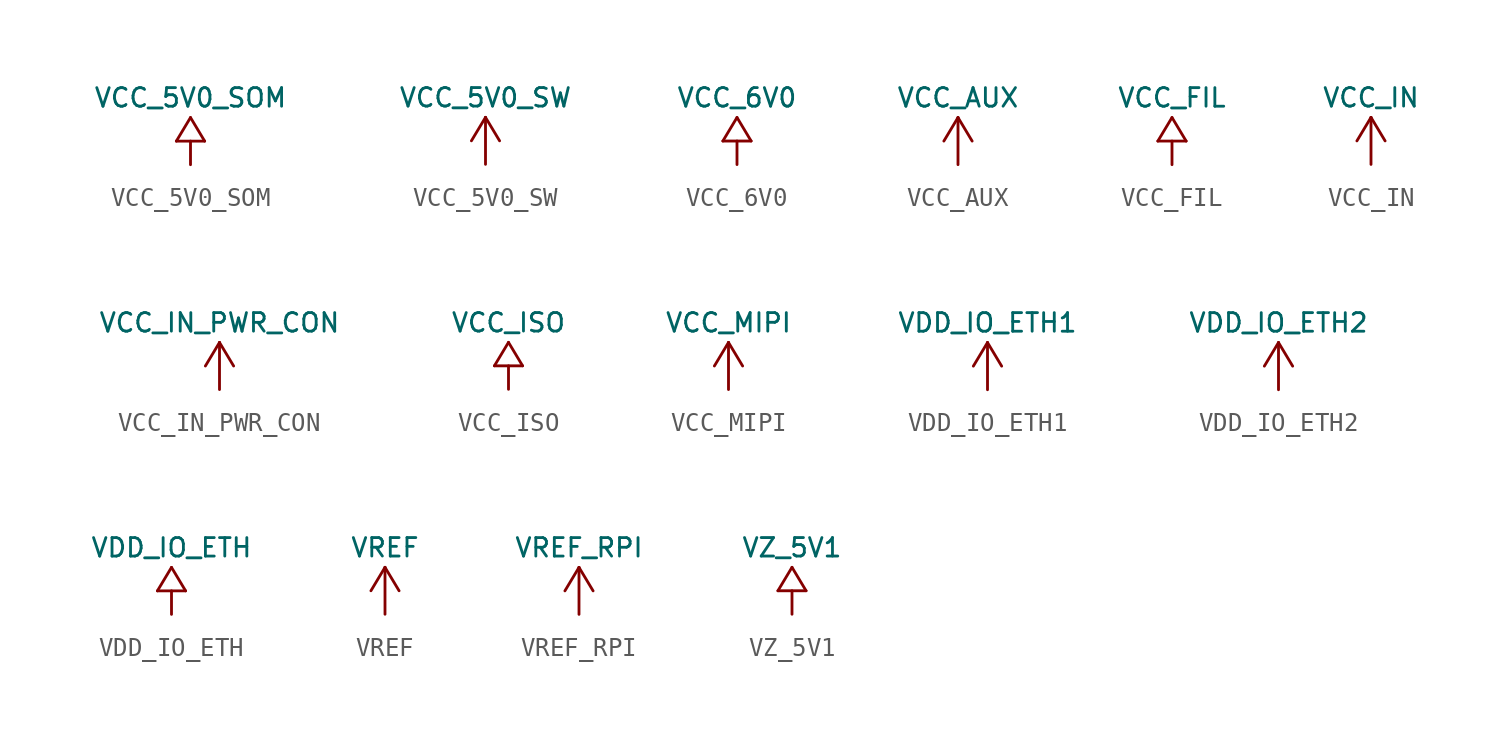
<source format=kicad_sym>
(kicad_symbol_lib
  (version 20241209)
  (generator "kicad_symbol_editor")
  (generator_version "9.0")
  (symbol "VCC_5V0_SOM"
    (power)
    (pin_names
      (offset 0))
    (property "Reference" "#PWR?"
      (at 0 -3.81 0)
      (effects (font (size 1.27 1.27)) (hide yes)))
    (property "Value" "VCC_5V0_SOM"
      (at 0 3.605 0)
      (effects (font (size 1 1))))
    (symbol "VCC_5V0_SOM_0_1"
      (polyline (pts (xy -0.762 1.27) (xy 0 2.54)) (stroke (width 0) (type default)) (fill (type none)))
      (polyline (pts (xy -0.762 1.27) (xy 0.762 1.27)) (stroke (width 0) (type default)) (fill (type none)))
      (polyline (pts (xy 0 2.54) (xy 0.762 1.27)) (stroke (width 0) (type default)) (fill (type none)))
      (polyline (pts (xy 0 0) (xy 0 1.27)) (stroke (width 0) (type default)) (fill (type none))))
    (symbol "VCC_5V0_SOM_1_1"
      (pin power_in line (at 0 0 90) (length 0) (hide yes) (name "VCC_5V0_SOM" (effects (font (size 1.27 1.27)))) (number "1" (effects (font (size 1.27 1.27)))))))
  (symbol "VCC_5V0_SW"
    (power)
    (pin_names
      (offset 0))
    (property "Reference" "#PWR?"
      (at 0 -3.81 0)
      (effects (font (size 1.27 1.27)) (hide yes)))
    (property "Value" "VCC_5V0_SW"
      (at 0 3.605 0)
      (effects (font (size 1 1))))
    (symbol "VCC_5V0_SW_0_1"
      (polyline (pts (xy -0.762 1.27) (xy 0 2.54)) (stroke (width 0) (type default)) (fill (type none)))
      (polyline (pts (xy 0 2.54) (xy 0.762 1.27)) (stroke (width 0) (type default)) (fill (type none)))
      (polyline (pts (xy 0 0) (xy 0 2.54)) (stroke (width 0) (type default)) (fill (type none))))
    (symbol "VCC_5V0_SW_1_1"
      (pin power_in line (at 0 0 90) (length 0) (hide yes) (name "VCC_5V0_SW" (effects (font (size 1.27 1.27)))) (number "1" (effects (font (size 1.27 1.27)))))))
  (symbol "VCC_6V0"
    (power)
    (pin_names
      (offset 0))
    (property "Reference" "#PWR?"
      (at 0 -3.81 0)
      (effects (font (size 1.27 1.27)) (hide yes)))
    (property "Value" "VCC_6V0"
      (at 0 3.605 0)
      (effects (font (size 1 1))))
    (symbol "VCC_6V0_0_1"
      (polyline (pts (xy -0.762 1.27) (xy 0 2.54)) (stroke (width 0) (type default)) (fill (type none)))
      (polyline (pts (xy -0.762 1.27) (xy 0.762 1.27)) (stroke (width 0) (type default)) (fill (type none)))
      (polyline (pts (xy 0 2.54) (xy 0.762 1.27)) (stroke (width 0) (type default)) (fill (type none)))
      (polyline (pts (xy 0 0) (xy 0 1.27)) (stroke (width 0) (type default)) (fill (type none))))
    (symbol "VCC_6V0_1_1"
      (pin power_in line (at 0 0 90) (length 0) (hide yes) (name "VCC_6V0" (effects (font (size 1.27 1.27)))) (number "1" (effects (font (size 1.27 1.27)))))))
  (symbol "VCC_AUX"
    (power)
    (pin_names
      (offset 0))
    (property "Reference" "#PWR?"
      (at 0 -3.81 0)
      (effects (font (size 1.27 1.27)) (hide yes)))
    (property "Value" "VCC_AUX"
      (at 0 3.605 0)
      (effects (font (size 1 1))))
    (symbol "VCC_AUX_0_1"
      (polyline (pts (xy -0.762 1.27) (xy 0 2.54)) (stroke (width 0) (type default)) (fill (type none)))
      (polyline (pts (xy 0 2.54) (xy 0.762 1.27)) (stroke (width 0) (type default)) (fill (type none)))
      (polyline (pts (xy 0 0) (xy 0 2.54)) (stroke (width 0) (type default)) (fill (type none))))
    (symbol "VCC_AUX_1_1"
      (pin power_in line (at 0 0 90) (length 0) (hide yes) (name "VCC_AUX" (effects (font (size 1.27 1.27)))) (number "1" (effects (font (size 1.27 1.27)))))))
  (symbol "VCC_FIL"
    (power)
    (pin_names
      (offset 0))
    (property "Reference" "#PWR?"
      (at 0 -3.81 0)
      (effects (font (size 1.27 1.27)) (hide yes)))
    (property "Value" "VCC_FIL"
      (at 0 3.605 0)
      (effects (font (size 1 1))))
    (symbol "VCC_FIL_0_1"
      (polyline (pts (xy -0.762 1.27) (xy 0 2.54)) (stroke (width 0) (type default)) (fill (type none)))
      (polyline (pts (xy -0.762 1.27) (xy 0.762 1.27)) (stroke (width 0) (type default)) (fill (type none)))
      (polyline (pts (xy 0 2.54) (xy 0.762 1.27)) (stroke (width 0) (type default)) (fill (type none)))
      (polyline (pts (xy 0 0) (xy 0 1.27)) (stroke (width 0) (type default)) (fill (type none))))
    (symbol "VCC_FIL_1_1"
      (pin power_in line (at 0 0 90) (length 0) (hide yes) (name "VCC_FIL" (effects (font (size 1.27 1.27)))) (number "1" (effects (font (size 1.27 1.27)))))))
  (symbol "VCC_IN"
    (power)
    (pin_names
      (offset 0))
    (property "Reference" "#PWR?"
      (at 0 -3.81 0)
      (effects (font (size 1.27 1.27)) (hide yes)))
    (property "Value" "VCC_IN"
      (at 0 3.605 0)
      (effects (font (size 1 1))))
    (symbol "VCC_IN_0_1"
      (polyline (pts (xy -0.762 1.27) (xy 0 2.54)) (stroke (width 0) (type default)) (fill (type none)))
      (polyline (pts (xy 0 2.54) (xy 0.762 1.27)) (stroke (width 0) (type default)) (fill (type none)))
      (polyline (pts (xy 0 0) (xy 0 2.54)) (stroke (width 0) (type default)) (fill (type none))))
    (symbol "VCC_IN_1_1"
      (pin power_in line (at 0 0 90) (length 0) (hide yes) (name "VCC_IN" (effects (font (size 1.27 1.27)))) (number "1" (effects (font (size 1.27 1.27)))))))
  (symbol "VCC_IN_PWR_CON"
    (power)
    (pin_names
      (offset 0))
    (property "Reference" "#PWR?"
      (at 0 -3.81 0)
      (effects (font (size 1.27 1.27)) (hide yes)))
    (property "Value" "VCC_IN_PWR_CON"
      (at 0 3.605 0)
      (effects (font (size 1 1))))
    (symbol "VCC_IN_PWR_CON_0_1"
      (polyline (pts (xy -0.762 1.27) (xy 0 2.54)) (stroke (width 0) (type default)) (fill (type none)))
      (polyline (pts (xy 0 2.54) (xy 0.762 1.27)) (stroke (width 0) (type default)) (fill (type none)))
      (polyline (pts (xy 0 0) (xy 0 2.54)) (stroke (width 0) (type default)) (fill (type none))))
    (symbol "VCC_IN_PWR_CON_1_1"
      (pin power_in line (at 0 0 90) (length 0) (hide yes) (name "VCC_IN_PWR_CON" (effects (font (size 1.27 1.27)))) (number "1" (effects (font (size 1.27 1.27)))))))
  (symbol "VCC_ISO"
    (power)
    (pin_names
      (offset 0))
    (property "Reference" "#PWR?"
      (at 0 -3.81 0)
      (effects (font (size 1.27 1.27)) (hide yes)))
    (property "Value" "VCC_ISO"
      (at 0 3.605 0)
      (effects (font (size 1 1))))
    (symbol "VCC_ISO_0_1"
      (polyline (pts (xy -0.762 1.27) (xy 0 2.54)) (stroke (width 0) (type default)) (fill (type none)))
      (polyline (pts (xy -0.762 1.27) (xy 0.762 1.27)) (stroke (width 0) (type default)) (fill (type none)))
      (polyline (pts (xy 0 2.54) (xy 0.762 1.27)) (stroke (width 0) (type default)) (fill (type none)))
      (polyline (pts (xy 0 0) (xy 0 1.27)) (stroke (width 0) (type default)) (fill (type none))))
    (symbol "VCC_ISO_1_1"
      (pin power_in line (at 0 0 90) (length 0) (hide yes) (name "VCCIO" (effects (font (size 1.27 1.27)))) (number "1" (effects (font (size 1.27 1.27)))))))
  (symbol "VCC_MIPI"
    (power)
    (pin_names
      (offset 0))
    (property "Reference" "#PWR?"
      (at 0 -3.81 0)
      (effects (font (size 1.27 1.27)) (hide yes)))
    (property "Value" "VCC_MIPI"
      (at 0 3.605 0)
      (effects (font (size 1 1))))
    (symbol "VCC_MIPI_0_1"
      (polyline (pts (xy -0.762 1.27) (xy 0 2.54)) (stroke (width 0) (type default)) (fill (type none)))
      (polyline (pts (xy 0 2.54) (xy 0.762 1.27)) (stroke (width 0) (type default)) (fill (type none)))
      (polyline (pts (xy 0 0) (xy 0 2.54)) (stroke (width 0) (type default)) (fill (type none))))
    (symbol "VCC_MIPI_1_1"
      (pin power_in line (at 0 0 90) (length 0) (hide yes) (name "VCC_MIPI" (effects (font (size 1.27 1.27)))) (number "1" (effects (font (size 1.27 1.27)))))))
  (symbol "VDD_IO_ETH1"
    (power)
    (pin_names
      (offset 0))
    (property "Reference" "#PWR?"
      (at 0 -3.81 0)
      (effects (font (size 1.27 1.27)) (hide yes)))
    (property "Value" "VDD_IO_ETH1"
      (at 0 3.605 0)
      (effects (font (size 1 1))))
    (symbol "VDD_IO_ETH1_0_1"
      (polyline (pts (xy -0.762 1.27) (xy 0 2.54)) (stroke (width 0) (type default)) (fill (type none)))
      (polyline (pts (xy 0 2.54) (xy 0.762 1.27)) (stroke (width 0) (type default)) (fill (type none)))
      (polyline (pts (xy 0 0) (xy 0 2.54)) (stroke (width 0) (type default)) (fill (type none))))
    (symbol "VDD_IO_ETH1_1_1"
      (pin power_in line (at 0 0 90) (length 0) (hide yes) (name "VDD_IO_ETH1" (effects (font (size 1.27 1.27)))) (number "1" (effects (font (size 1.27 1.27)))))))
  (symbol "VDD_IO_ETH2"
    (power)
    (pin_names
      (offset 0))
    (property "Reference" "#PWR?"
      (at 0 -3.81 0)
      (effects (font (size 1.27 1.27)) (hide yes)))
    (property "Value" "VDD_IO_ETH2"
      (at 0 3.605 0)
      (effects (font (size 1 1))))
    (symbol "VDD_IO_ETH2_0_1"
      (polyline (pts (xy -0.762 1.27) (xy 0 2.54)) (stroke (width 0) (type default)) (fill (type none)))
      (polyline (pts (xy 0 2.54) (xy 0.762 1.27)) (stroke (width 0) (type default)) (fill (type none)))
      (polyline (pts (xy 0 0) (xy 0 2.54)) (stroke (width 0) (type default)) (fill (type none))))
    (symbol "VDD_IO_ETH2_1_1"
      (pin power_in line (at 0 0 90) (length 0) (hide yes) (name "VDD_IO_ETH2" (effects (font (size 1.27 1.27)))) (number "1" (effects (font (size 1.27 1.27)))))))
  (symbol "VDD_IO_ETH"
    (power)
    (pin_names
      (offset 0))
    (property "Reference" "#PWR?"
      (at 0 -3.81 0)
      (effects (font (size 1.27 1.27)) (hide yes)))
    (property "Value" "VDD_IO_ETH"
      (at 0 3.605 0)
      (effects (font (size 1 1))))
    (symbol "VDD_IO_ETH_0_1"
      (polyline (pts (xy -0.762 1.27) (xy 0 2.54)) (stroke (width 0) (type default)) (fill (type none)))
      (polyline (pts (xy -0.762 1.27) (xy 0.762 1.27)) (stroke (width 0) (type default)) (fill (type none)))
      (polyline (pts (xy 0 2.54) (xy 0.762 1.27)) (stroke (width 0) (type default)) (fill (type none)))
      (polyline (pts (xy 0 0) (xy 0 1.27)) (stroke (width 0) (type default)) (fill (type none))))
    (symbol "VDD_IO_ETH_1_1"
      (pin power_in line (at 0 0 90) (length 0) (hide yes) (name "VDD_IO_ETH" (effects (font (size 1.27 1.27)))) (number "1" (effects (font (size 1.27 1.27)))))))
  (symbol "VREF"
    (power)
    (pin_names
      (offset 0))
    (property "Reference" "#PWR?"
      (at 0 -3.81 0)
      (effects (font (size 1.27 1.27)) (hide yes)))
    (property "Value" "VREF"
      (at 0 3.605 0)
      (effects (font (size 1 1))))
    (symbol "VREF_0_1"
      (polyline (pts (xy -0.762 1.27) (xy 0 2.54)) (stroke (width 0) (type default)) (fill (type none)))
      (polyline (pts (xy 0 2.54) (xy 0.762 1.27)) (stroke (width 0) (type default)) (fill (type none)))
      (polyline (pts (xy 0 0) (xy 0 2.54)) (stroke (width 0) (type default)) (fill (type none))))
    (symbol "VREF_1_1"
      (pin power_in line (at 0 0 90) (length 0) (hide yes) (name "VREF" (effects (font (size 1.27 1.27)))) (number "1" (effects (font (size 1.27 1.27)))))))
  (symbol "VREF_RPI"
    (power)
    (pin_names
      (offset 0))
    (property "Reference" "#PWR?"
      (at 0 -3.81 0)
      (effects (font (size 1.27 1.27)) (hide yes)))
    (property "Value" "VREF_RPI"
      (at 0 3.605 0)
      (effects (font (size 1 1))))
    (symbol "VREF_RPI_0_1"
      (polyline (pts (xy -0.762 1.27) (xy 0 2.54)) (stroke (width 0) (type default)) (fill (type none)))
      (polyline (pts (xy 0 2.54) (xy 0.762 1.27)) (stroke (width 0) (type default)) (fill (type none)))
      (polyline (pts (xy 0 0) (xy 0 2.54)) (stroke (width 0) (type default)) (fill (type none))))
    (symbol "VREF_RPI_1_1"
      (pin power_in line (at 0 0 90) (length 0) (hide yes) (name "VREF_RPI" (effects (font (size 1.27 1.27)))) (number "1" (effects (font (size 1.27 1.27)))))))
  (symbol "VZ_5V1"
    (power)
    (pin_names
      (offset 0))
    (property "Reference" "#PWR?"
      (at 0 -3.81 0)
      (effects (font (size 1.27 1.27)) (hide yes)))
    (property "Value" "VZ_5V1"
      (at 0 3.605 0)
      (effects (font (size 1 1))))
    (symbol "VZ_5V1_0_1"
      (polyline (pts (xy -0.762 1.27) (xy 0 2.54)) (stroke (width 0) (type default)) (fill (type none)))
      (polyline (pts (xy -0.762 1.27) (xy 0.762 1.27)) (stroke (width 0) (type default)) (fill (type none)))
      (polyline (pts (xy 0 2.54) (xy 0.762 1.27)) (stroke (width 0) (type default)) (fill (type none)))
      (polyline (pts (xy 0 0) (xy 0 1.27)) (stroke (width 0) (type default)) (fill (type none))))
    (symbol "VZ_5V1_1_1"
      (pin power_in line (at 0 0 90) (length 0) (hide yes) (name "VZ_5V1" (effects (font (size 1.27 1.27)))) (number "1" (effects (font (size 1.27 1.27))))))))
</source>
